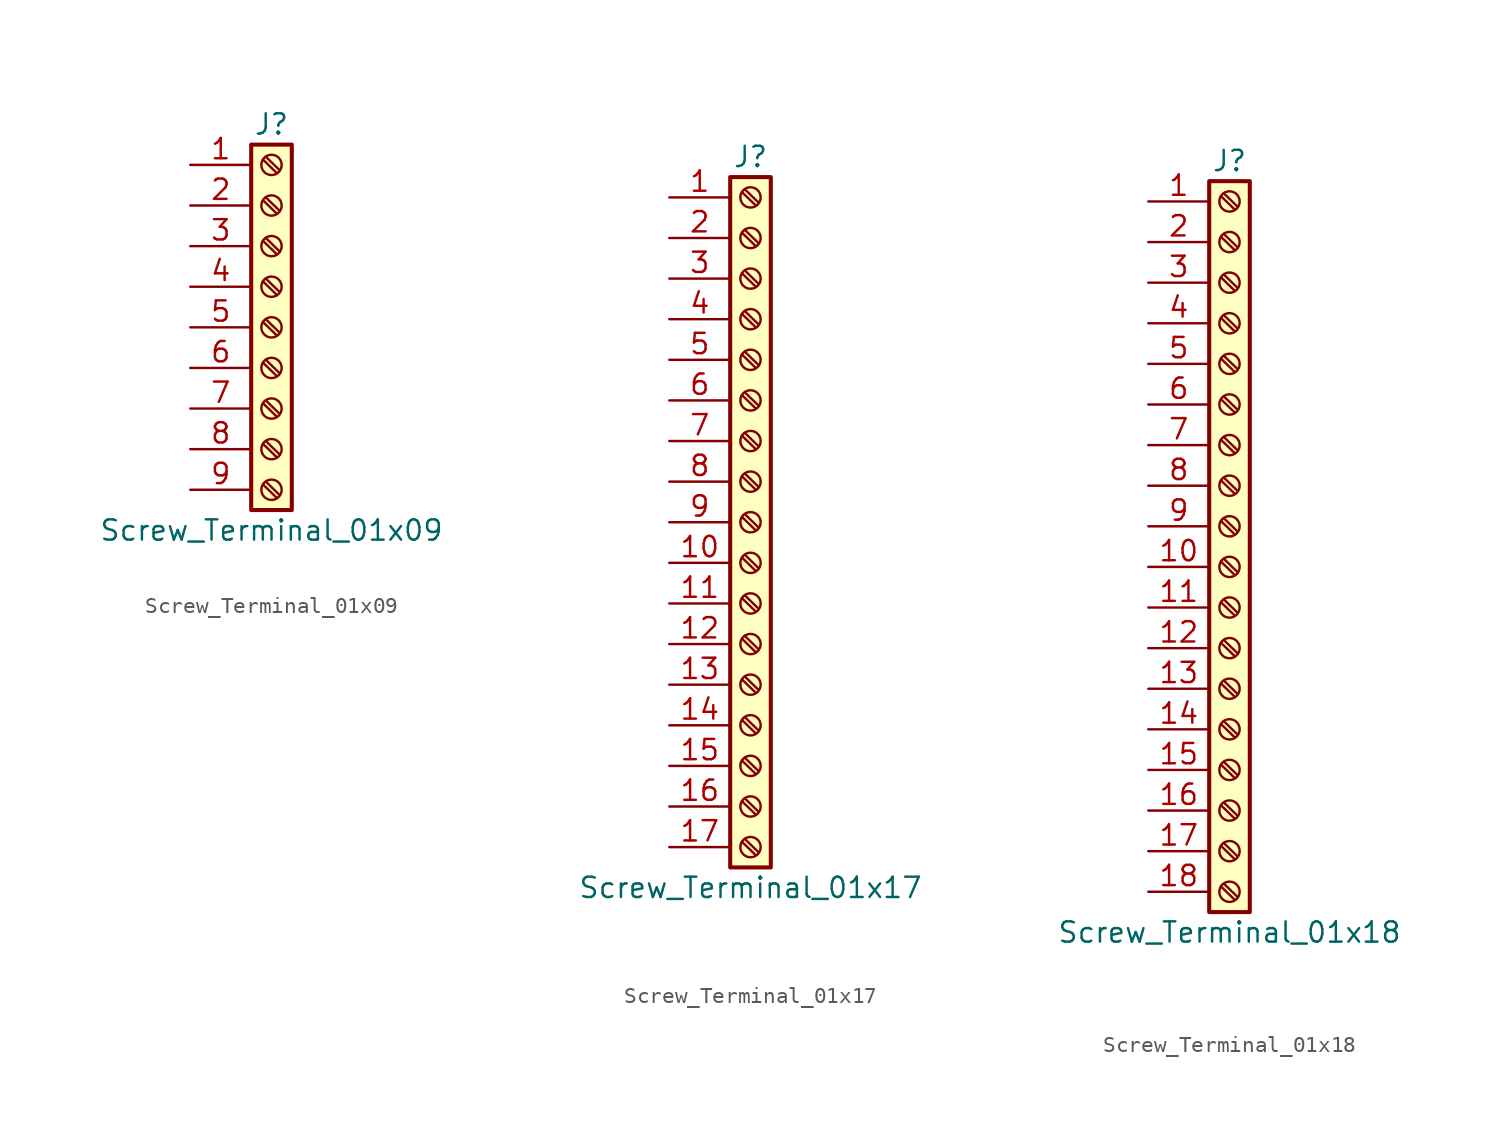
<source format=kicad_sym>
(kicad_symbol_lib
  (version 20211014)
  (generator kicad_symbol_editor)
  (symbol "Screw_Terminal_01x09"
    (pin_names
      (offset 1.016) hide)
    (property "Reference" "J"
      (at 0 12.7 0)
      (effects (font (size 1.27 1.27))))
    (property "Value" "Screw_Terminal_01x09"
      (at 0 -12.7 0)
      (effects (font (size 1.27 1.27))))
    (symbol "Screw_Terminal_01x09_1_1"
      (rectangle (start -1.27 11.43) (end 1.27 -11.43) (stroke (width 0.254) (type default) (color 0 0 0 0)) (fill (type background)))
      (circle (center 0 -10.16) (radius 0.635) (stroke (width 0.152) (type default) (color 0 0 0 0)) (fill (type none)))
      (circle (center 0 -7.62) (radius 0.635) (stroke (width 0.152) (type default) (color 0 0 0 0)) (fill (type none)))
      (circle (center 0 -5.08) (radius 0.635) (stroke (width 0.152) (type default) (color 0 0 0 0)) (fill (type none)))
      (circle (center 0 -2.54) (radius 0.635) (stroke (width 0.152) (type default) (color 0 0 0 0)) (fill (type none)))
      (polyline (pts (xy -0.533 -9.83) (xy 0.33 -10.668)) (stroke (width 0.152) (type default) (color 0 0 0 0)) (fill (type none)))
      (polyline (pts (xy -0.533 -7.29) (xy 0.33 -8.128)) (stroke (width 0.152) (type default) (color 0 0 0 0)) (fill (type none)))
      (polyline (pts (xy -0.533 -4.75) (xy 0.33 -5.588)) (stroke (width 0.152) (type default) (color 0 0 0 0)) (fill (type none)))
      (polyline (pts (xy -0.533 -2.21) (xy 0.33 -3.048)) (stroke (width 0.152) (type default) (color 0 0 0 0)) (fill (type none)))
      (polyline (pts (xy -0.533 0.33) (xy 0.33 -0.508)) (stroke (width 0.152) (type default) (color 0 0 0 0)) (fill (type none)))
      (polyline (pts (xy -0.533 2.87) (xy 0.33 2.032)) (stroke (width 0.152) (type default) (color 0 0 0 0)) (fill (type none)))
      (polyline (pts (xy -0.533 5.41) (xy 0.33 4.572)) (stroke (width 0.152) (type default) (color 0 0 0 0)) (fill (type none)))
      (polyline (pts (xy -0.533 7.95) (xy 0.33 7.112)) (stroke (width 0.152) (type default) (color 0 0 0 0)) (fill (type none)))
      (polyline (pts (xy -0.533 10.49) (xy 0.33 9.652)) (stroke (width 0.152) (type default) (color 0 0 0 0)) (fill (type none)))
      (polyline (pts (xy -0.356 -9.652) (xy 0.508 -10.49)) (stroke (width 0.152) (type default) (color 0 0 0 0)) (fill (type none)))
      (polyline (pts (xy -0.356 -7.112) (xy 0.508 -7.95)) (stroke (width 0.152) (type default) (color 0 0 0 0)) (fill (type none)))
      (polyline (pts (xy -0.356 -4.572) (xy 0.508 -5.41)) (stroke (width 0.152) (type default) (color 0 0 0 0)) (fill (type none)))
      (polyline (pts (xy -0.356 -2.032) (xy 0.508 -2.87)) (stroke (width 0.152) (type default) (color 0 0 0 0)) (fill (type none)))
      (polyline (pts (xy -0.356 0.508) (xy 0.508 -0.33)) (stroke (width 0.152) (type default) (color 0 0 0 0)) (fill (type none)))
      (polyline (pts (xy -0.356 3.048) (xy 0.508 2.21)) (stroke (width 0.152) (type default) (color 0 0 0 0)) (fill (type none)))
      (polyline (pts (xy -0.356 5.588) (xy 0.508 4.75)) (stroke (width 0.152) (type default) (color 0 0 0 0)) (fill (type none)))
      (polyline (pts (xy -0.356 8.128) (xy 0.508 7.29)) (stroke (width 0.152) (type default) (color 0 0 0 0)) (fill (type none)))
      (polyline (pts (xy -0.356 10.668) (xy 0.508 9.83)) (stroke (width 0.152) (type default) (color 0 0 0 0)) (fill (type none)))
      (circle (center 0 0) (radius 0.635) (stroke (width 0.152) (type default) (color 0 0 0 0)) (fill (type none)))
      (circle (center 0 2.54) (radius 0.635) (stroke (width 0.152) (type default) (color 0 0 0 0)) (fill (type none)))
      (circle (center 0 5.08) (radius 0.635) (stroke (width 0.152) (type default) (color 0 0 0 0)) (fill (type none)))
      (circle (center 0 7.62) (radius 0.635) (stroke (width 0.152) (type default) (color 0 0 0 0)) (fill (type none)))
      (circle (center 0 10.16) (radius 0.635) (stroke (width 0.152) (type default) (color 0 0 0 0)) (fill (type none)))
      (pin passive line (at -5.08 10.16 0) (length 3.81) (name "Pin_1" (effects (font (size 1.27 1.27)))) (number "1" (effects (font (size 1.27 1.27)))))
      (pin passive line (at -5.08 7.62 0) (length 3.81) (name "Pin_2" (effects (font (size 1.27 1.27)))) (number "2" (effects (font (size 1.27 1.27)))))
      (pin passive line (at -5.08 5.08 0) (length 3.81) (name "Pin_3" (effects (font (size 1.27 1.27)))) (number "3" (effects (font (size 1.27 1.27)))))
      (pin passive line (at -5.08 2.54 0) (length 3.81) (name "Pin_4" (effects (font (size 1.27 1.27)))) (number "4" (effects (font (size 1.27 1.27)))))
      (pin passive line (at -5.08 0 0) (length 3.81) (name "Pin_5" (effects (font (size 1.27 1.27)))) (number "5" (effects (font (size 1.27 1.27)))))
      (pin passive line (at -5.08 -2.54 0) (length 3.81) (name "Pin_6" (effects (font (size 1.27 1.27)))) (number "6" (effects (font (size 1.27 1.27)))))
      (pin passive line (at -5.08 -5.08 0) (length 3.81) (name "Pin_7" (effects (font (size 1.27 1.27)))) (number "7" (effects (font (size 1.27 1.27)))))
      (pin passive line (at -5.08 -7.62 0) (length 3.81) (name "Pin_8" (effects (font (size 1.27 1.27)))) (number "8" (effects (font (size 1.27 1.27)))))
      (pin passive line (at -5.08 -10.16 0) (length 3.81) (name "Pin_9" (effects (font (size 1.27 1.27)))) (number "9" (effects (font (size 1.27 1.27)))))))
  (symbol "Screw_Terminal_01x17"
    (pin_names
      (offset 1.016) hide)
    (property "Reference" "J"
      (at 0 22.86 0)
      (effects (font (size 1.27 1.27))))
    (property "Value" "Screw_Terminal_01x17"
      (at 0 -22.86 0)
      (effects (font (size 1.27 1.27))))
    (symbol "Screw_Terminal_01x17_1_1"
      (rectangle (start -1.27 21.59) (end 1.27 -21.59) (stroke (width 0.254) (type default) (color 0 0 0 0)) (fill (type background)))
      (circle (center 0 -20.32) (radius 0.635) (stroke (width 0.152) (type default) (color 0 0 0 0)) (fill (type none)))
      (circle (center 0 -17.78) (radius 0.635) (stroke (width 0.152) (type default) (color 0 0 0 0)) (fill (type none)))
      (circle (center 0 -15.24) (radius 0.635) (stroke (width 0.152) (type default) (color 0 0 0 0)) (fill (type none)))
      (circle (center 0 -12.7) (radius 0.635) (stroke (width 0.152) (type default) (color 0 0 0 0)) (fill (type none)))
      (circle (center 0 -10.16) (radius 0.635) (stroke (width 0.152) (type default) (color 0 0 0 0)) (fill (type none)))
      (circle (center 0 -7.62) (radius 0.635) (stroke (width 0.152) (type default) (color 0 0 0 0)) (fill (type none)))
      (circle (center 0 -5.08) (radius 0.635) (stroke (width 0.152) (type default) (color 0 0 0 0)) (fill (type none)))
      (circle (center 0 -2.54) (radius 0.635) (stroke (width 0.152) (type default) (color 0 0 0 0)) (fill (type none)))
      (polyline (pts (xy -0.533 -19.99) (xy 0.33 -20.828)) (stroke (width 0.152) (type default) (color 0 0 0 0)) (fill (type none)))
      (polyline (pts (xy -0.533 -17.45) (xy 0.33 -18.288)) (stroke (width 0.152) (type default) (color 0 0 0 0)) (fill (type none)))
      (polyline (pts (xy -0.533 -14.91) (xy 0.33 -15.748)) (stroke (width 0.152) (type default) (color 0 0 0 0)) (fill (type none)))
      (polyline (pts (xy -0.533 -12.37) (xy 0.33 -13.208)) (stroke (width 0.152) (type default) (color 0 0 0 0)) (fill (type none)))
      (polyline (pts (xy -0.533 -9.83) (xy 0.33 -10.668)) (stroke (width 0.152) (type default) (color 0 0 0 0)) (fill (type none)))
      (polyline (pts (xy -0.533 -7.29) (xy 0.33 -8.128)) (stroke (width 0.152) (type default) (color 0 0 0 0)) (fill (type none)))
      (polyline (pts (xy -0.533 -4.75) (xy 0.33 -5.588)) (stroke (width 0.152) (type default) (color 0 0 0 0)) (fill (type none)))
      (polyline (pts (xy -0.533 -2.21) (xy 0.33 -3.048)) (stroke (width 0.152) (type default) (color 0 0 0 0)) (fill (type none)))
      (polyline (pts (xy -0.533 0.33) (xy 0.33 -0.508)) (stroke (width 0.152) (type default) (color 0 0 0 0)) (fill (type none)))
      (polyline (pts (xy -0.533 2.87) (xy 0.33 2.032)) (stroke (width 0.152) (type default) (color 0 0 0 0)) (fill (type none)))
      (polyline (pts (xy -0.533 5.41) (xy 0.33 4.572)) (stroke (width 0.152) (type default) (color 0 0 0 0)) (fill (type none)))
      (polyline (pts (xy -0.533 7.95) (xy 0.33 7.112)) (stroke (width 0.152) (type default) (color 0 0 0 0)) (fill (type none)))
      (polyline (pts (xy -0.533 10.49) (xy 0.33 9.652)) (stroke (width 0.152) (type default) (color 0 0 0 0)) (fill (type none)))
      (polyline (pts (xy -0.533 13.03) (xy 0.33 12.192)) (stroke (width 0.152) (type default) (color 0 0 0 0)) (fill (type none)))
      (polyline (pts (xy -0.533 15.57) (xy 0.33 14.732)) (stroke (width 0.152) (type default) (color 0 0 0 0)) (fill (type none)))
      (polyline (pts (xy -0.533 18.11) (xy 0.33 17.272)) (stroke (width 0.152) (type default) (color 0 0 0 0)) (fill (type none)))
      (polyline (pts (xy -0.533 20.65) (xy 0.33 19.812)) (stroke (width 0.152) (type default) (color 0 0 0 0)) (fill (type none)))
      (polyline (pts (xy -0.356 -19.812) (xy 0.508 -20.65)) (stroke (width 0.152) (type default) (color 0 0 0 0)) (fill (type none)))
      (polyline (pts (xy -0.356 -17.272) (xy 0.508 -18.11)) (stroke (width 0.152) (type default) (color 0 0 0 0)) (fill (type none)))
      (polyline (pts (xy -0.356 -14.732) (xy 0.508 -15.57)) (stroke (width 0.152) (type default) (color 0 0 0 0)) (fill (type none)))
      (polyline (pts (xy -0.356 -12.192) (xy 0.508 -13.03)) (stroke (width 0.152) (type default) (color 0 0 0 0)) (fill (type none)))
      (polyline (pts (xy -0.356 -9.652) (xy 0.508 -10.49)) (stroke (width 0.152) (type default) (color 0 0 0 0)) (fill (type none)))
      (polyline (pts (xy -0.356 -7.112) (xy 0.508 -7.95)) (stroke (width 0.152) (type default) (color 0 0 0 0)) (fill (type none)))
      (polyline (pts (xy -0.356 -4.572) (xy 0.508 -5.41)) (stroke (width 0.152) (type default) (color 0 0 0 0)) (fill (type none)))
      (polyline (pts (xy -0.356 -2.032) (xy 0.508 -2.87)) (stroke (width 0.152) (type default) (color 0 0 0 0)) (fill (type none)))
      (polyline (pts (xy -0.356 0.508) (xy 0.508 -0.33)) (stroke (width 0.152) (type default) (color 0 0 0 0)) (fill (type none)))
      (polyline (pts (xy -0.356 3.048) (xy 0.508 2.21)) (stroke (width 0.152) (type default) (color 0 0 0 0)) (fill (type none)))
      (polyline (pts (xy -0.356 5.588) (xy 0.508 4.75)) (stroke (width 0.152) (type default) (color 0 0 0 0)) (fill (type none)))
      (polyline (pts (xy -0.356 8.128) (xy 0.508 7.29)) (stroke (width 0.152) (type default) (color 0 0 0 0)) (fill (type none)))
      (polyline (pts (xy -0.356 10.668) (xy 0.508 9.83)) (stroke (width 0.152) (type default) (color 0 0 0 0)) (fill (type none)))
      (polyline (pts (xy -0.356 13.208) (xy 0.508 12.37)) (stroke (width 0.152) (type default) (color 0 0 0 0)) (fill (type none)))
      (polyline (pts (xy -0.356 15.748) (xy 0.508 14.91)) (stroke (width 0.152) (type default) (color 0 0 0 0)) (fill (type none)))
      (polyline (pts (xy -0.356 18.288) (xy 0.508 17.45)) (stroke (width 0.152) (type default) (color 0 0 0 0)) (fill (type none)))
      (polyline (pts (xy -0.356 20.828) (xy 0.508 19.99)) (stroke (width 0.152) (type default) (color 0 0 0 0)) (fill (type none)))
      (circle (center 0 0) (radius 0.635) (stroke (width 0.152) (type default) (color 0 0 0 0)) (fill (type none)))
      (circle (center 0 2.54) (radius 0.635) (stroke (width 0.152) (type default) (color 0 0 0 0)) (fill (type none)))
      (circle (center 0 5.08) (radius 0.635) (stroke (width 0.152) (type default) (color 0 0 0 0)) (fill (type none)))
      (circle (center 0 7.62) (radius 0.635) (stroke (width 0.152) (type default) (color 0 0 0 0)) (fill (type none)))
      (circle (center 0 10.16) (radius 0.635) (stroke (width 0.152) (type default) (color 0 0 0 0)) (fill (type none)))
      (circle (center 0 12.7) (radius 0.635) (stroke (width 0.152) (type default) (color 0 0 0 0)) (fill (type none)))
      (circle (center 0 15.24) (radius 0.635) (stroke (width 0.152) (type default) (color 0 0 0 0)) (fill (type none)))
      (circle (center 0 17.78) (radius 0.635) (stroke (width 0.152) (type default) (color 0 0 0 0)) (fill (type none)))
      (circle (center 0 20.32) (radius 0.635) (stroke (width 0.152) (type default) (color 0 0 0 0)) (fill (type none)))
      (pin passive line (at -5.08 20.32 0) (length 3.81) (name "Pin_1" (effects (font (size 1.27 1.27)))) (number "1" (effects (font (size 1.27 1.27)))))
      (pin passive line (at -5.08 -2.54 0) (length 3.81) (name "Pin_10" (effects (font (size 1.27 1.27)))) (number "10" (effects (font (size 1.27 1.27)))))
      (pin passive line (at -5.08 -5.08 0) (length 3.81) (name "Pin_11" (effects (font (size 1.27 1.27)))) (number "11" (effects (font (size 1.27 1.27)))))
      (pin passive line (at -5.08 -7.62 0) (length 3.81) (name "Pin_12" (effects (font (size 1.27 1.27)))) (number "12" (effects (font (size 1.27 1.27)))))
      (pin passive line (at -5.08 -10.16 0) (length 3.81) (name "Pin_13" (effects (font (size 1.27 1.27)))) (number "13" (effects (font (size 1.27 1.27)))))
      (pin passive line (at -5.08 -12.7 0) (length 3.81) (name "Pin_14" (effects (font (size 1.27 1.27)))) (number "14" (effects (font (size 1.27 1.27)))))
      (pin passive line (at -5.08 -15.24 0) (length 3.81) (name "Pin_15" (effects (font (size 1.27 1.27)))) (number "15" (effects (font (size 1.27 1.27)))))
      (pin passive line (at -5.08 -17.78 0) (length 3.81) (name "Pin_16" (effects (font (size 1.27 1.27)))) (number "16" (effects (font (size 1.27 1.27)))))
      (pin passive line (at -5.08 -20.32 0) (length 3.81) (name "Pin_17" (effects (font (size 1.27 1.27)))) (number "17" (effects (font (size 1.27 1.27)))))
      (pin passive line (at -5.08 17.78 0) (length 3.81) (name "Pin_2" (effects (font (size 1.27 1.27)))) (number "2" (effects (font (size 1.27 1.27)))))
      (pin passive line (at -5.08 15.24 0) (length 3.81) (name "Pin_3" (effects (font (size 1.27 1.27)))) (number "3" (effects (font (size 1.27 1.27)))))
      (pin passive line (at -5.08 12.7 0) (length 3.81) (name "Pin_4" (effects (font (size 1.27 1.27)))) (number "4" (effects (font (size 1.27 1.27)))))
      (pin passive line (at -5.08 10.16 0) (length 3.81) (name "Pin_5" (effects (font (size 1.27 1.27)))) (number "5" (effects (font (size 1.27 1.27)))))
      (pin passive line (at -5.08 7.62 0) (length 3.81) (name "Pin_6" (effects (font (size 1.27 1.27)))) (number "6" (effects (font (size 1.27 1.27)))))
      (pin passive line (at -5.08 5.08 0) (length 3.81) (name "Pin_7" (effects (font (size 1.27 1.27)))) (number "7" (effects (font (size 1.27 1.27)))))
      (pin passive line (at -5.08 2.54 0) (length 3.81) (name "Pin_8" (effects (font (size 1.27 1.27)))) (number "8" (effects (font (size 1.27 1.27)))))
      (pin passive line (at -5.08 0 0) (length 3.81) (name "Pin_9" (effects (font (size 1.27 1.27)))) (number "9" (effects (font (size 1.27 1.27)))))))
  (symbol "Screw_Terminal_01x18"
    (pin_names
      (offset 1.016) hide)
    (property "Reference" "J"
      (at 0 22.86 0)
      (effects (font (size 1.27 1.27))))
    (property "Value" "Screw_Terminal_01x18"
      (at 0 -25.4 0)
      (effects (font (size 1.27 1.27))))
    (symbol "Screw_Terminal_01x18_1_1"
      (rectangle (start -1.27 21.59) (end 1.27 -24.13) (stroke (width 0.254) (type default) (color 0 0 0 0)) (fill (type background)))
      (circle (center 0 -22.86) (radius 0.635) (stroke (width 0.152) (type default) (color 0 0 0 0)) (fill (type none)))
      (circle (center 0 -20.32) (radius 0.635) (stroke (width 0.152) (type default) (color 0 0 0 0)) (fill (type none)))
      (circle (center 0 -17.78) (radius 0.635) (stroke (width 0.152) (type default) (color 0 0 0 0)) (fill (type none)))
      (circle (center 0 -15.24) (radius 0.635) (stroke (width 0.152) (type default) (color 0 0 0 0)) (fill (type none)))
      (circle (center 0 -12.7) (radius 0.635) (stroke (width 0.152) (type default) (color 0 0 0 0)) (fill (type none)))
      (circle (center 0 -10.16) (radius 0.635) (stroke (width 0.152) (type default) (color 0 0 0 0)) (fill (type none)))
      (circle (center 0 -7.62) (radius 0.635) (stroke (width 0.152) (type default) (color 0 0 0 0)) (fill (type none)))
      (circle (center 0 -5.08) (radius 0.635) (stroke (width 0.152) (type default) (color 0 0 0 0)) (fill (type none)))
      (circle (center 0 -2.54) (radius 0.635) (stroke (width 0.152) (type default) (color 0 0 0 0)) (fill (type none)))
      (polyline (pts (xy -0.533 -22.53) (xy 0.33 -23.368)) (stroke (width 0.152) (type default) (color 0 0 0 0)) (fill (type none)))
      (polyline (pts (xy -0.533 -19.99) (xy 0.33 -20.828)) (stroke (width 0.152) (type default) (color 0 0 0 0)) (fill (type none)))
      (polyline (pts (xy -0.533 -17.45) (xy 0.33 -18.288)) (stroke (width 0.152) (type default) (color 0 0 0 0)) (fill (type none)))
      (polyline (pts (xy -0.533 -14.91) (xy 0.33 -15.748)) (stroke (width 0.152) (type default) (color 0 0 0 0)) (fill (type none)))
      (polyline (pts (xy -0.533 -12.37) (xy 0.33 -13.208)) (stroke (width 0.152) (type default) (color 0 0 0 0)) (fill (type none)))
      (polyline (pts (xy -0.533 -9.83) (xy 0.33 -10.668)) (stroke (width 0.152) (type default) (color 0 0 0 0)) (fill (type none)))
      (polyline (pts (xy -0.533 -7.29) (xy 0.33 -8.128)) (stroke (width 0.152) (type default) (color 0 0 0 0)) (fill (type none)))
      (polyline (pts (xy -0.533 -4.75) (xy 0.33 -5.588)) (stroke (width 0.152) (type default) (color 0 0 0 0)) (fill (type none)))
      (polyline (pts (xy -0.533 -2.21) (xy 0.33 -3.048)) (stroke (width 0.152) (type default) (color 0 0 0 0)) (fill (type none)))
      (polyline (pts (xy -0.533 0.33) (xy 0.33 -0.508)) (stroke (width 0.152) (type default) (color 0 0 0 0)) (fill (type none)))
      (polyline (pts (xy -0.533 2.87) (xy 0.33 2.032)) (stroke (width 0.152) (type default) (color 0 0 0 0)) (fill (type none)))
      (polyline (pts (xy -0.533 5.41) (xy 0.33 4.572)) (stroke (width 0.152) (type default) (color 0 0 0 0)) (fill (type none)))
      (polyline (pts (xy -0.533 7.95) (xy 0.33 7.112)) (stroke (width 0.152) (type default) (color 0 0 0 0)) (fill (type none)))
      (polyline (pts (xy -0.533 10.49) (xy 0.33 9.652)) (stroke (width 0.152) (type default) (color 0 0 0 0)) (fill (type none)))
      (polyline (pts (xy -0.533 13.03) (xy 0.33 12.192)) (stroke (width 0.152) (type default) (color 0 0 0 0)) (fill (type none)))
      (polyline (pts (xy -0.533 15.57) (xy 0.33 14.732)) (stroke (width 0.152) (type default) (color 0 0 0 0)) (fill (type none)))
      (polyline (pts (xy -0.533 18.11) (xy 0.33 17.272)) (stroke (width 0.152) (type default) (color 0 0 0 0)) (fill (type none)))
      (polyline (pts (xy -0.533 20.65) (xy 0.33 19.812)) (stroke (width 0.152) (type default) (color 0 0 0 0)) (fill (type none)))
      (polyline (pts (xy -0.356 -22.352) (xy 0.508 -23.19)) (stroke (width 0.152) (type default) (color 0 0 0 0)) (fill (type none)))
      (polyline (pts (xy -0.356 -19.812) (xy 0.508 -20.65)) (stroke (width 0.152) (type default) (color 0 0 0 0)) (fill (type none)))
      (polyline (pts (xy -0.356 -17.272) (xy 0.508 -18.11)) (stroke (width 0.152) (type default) (color 0 0 0 0)) (fill (type none)))
      (polyline (pts (xy -0.356 -14.732) (xy 0.508 -15.57)) (stroke (width 0.152) (type default) (color 0 0 0 0)) (fill (type none)))
      (polyline (pts (xy -0.356 -12.192) (xy 0.508 -13.03)) (stroke (width 0.152) (type default) (color 0 0 0 0)) (fill (type none)))
      (polyline (pts (xy -0.356 -9.652) (xy 0.508 -10.49)) (stroke (width 0.152) (type default) (color 0 0 0 0)) (fill (type none)))
      (polyline (pts (xy -0.356 -7.112) (xy 0.508 -7.95)) (stroke (width 0.152) (type default) (color 0 0 0 0)) (fill (type none)))
      (polyline (pts (xy -0.356 -4.572) (xy 0.508 -5.41)) (stroke (width 0.152) (type default) (color 0 0 0 0)) (fill (type none)))
      (polyline (pts (xy -0.356 -2.032) (xy 0.508 -2.87)) (stroke (width 0.152) (type default) (color 0 0 0 0)) (fill (type none)))
      (polyline (pts (xy -0.356 0.508) (xy 0.508 -0.33)) (stroke (width 0.152) (type default) (color 0 0 0 0)) (fill (type none)))
      (polyline (pts (xy -0.356 3.048) (xy 0.508 2.21)) (stroke (width 0.152) (type default) (color 0 0 0 0)) (fill (type none)))
      (polyline (pts (xy -0.356 5.588) (xy 0.508 4.75)) (stroke (width 0.152) (type default) (color 0 0 0 0)) (fill (type none)))
      (polyline (pts (xy -0.356 8.128) (xy 0.508 7.29)) (stroke (width 0.152) (type default) (color 0 0 0 0)) (fill (type none)))
      (polyline (pts (xy -0.356 10.668) (xy 0.508 9.83)) (stroke (width 0.152) (type default) (color 0 0 0 0)) (fill (type none)))
      (polyline (pts (xy -0.356 13.208) (xy 0.508 12.37)) (stroke (width 0.152) (type default) (color 0 0 0 0)) (fill (type none)))
      (polyline (pts (xy -0.356 15.748) (xy 0.508 14.91)) (stroke (width 0.152) (type default) (color 0 0 0 0)) (fill (type none)))
      (polyline (pts (xy -0.356 18.288) (xy 0.508 17.45)) (stroke (width 0.152) (type default) (color 0 0 0 0)) (fill (type none)))
      (polyline (pts (xy -0.356 20.828) (xy 0.508 19.99)) (stroke (width 0.152) (type default) (color 0 0 0 0)) (fill (type none)))
      (circle (center 0 0) (radius 0.635) (stroke (width 0.152) (type default) (color 0 0 0 0)) (fill (type none)))
      (circle (center 0 2.54) (radius 0.635) (stroke (width 0.152) (type default) (color 0 0 0 0)) (fill (type none)))
      (circle (center 0 5.08) (radius 0.635) (stroke (width 0.152) (type default) (color 0 0 0 0)) (fill (type none)))
      (circle (center 0 7.62) (radius 0.635) (stroke (width 0.152) (type default) (color 0 0 0 0)) (fill (type none)))
      (circle (center 0 10.16) (radius 0.635) (stroke (width 0.152) (type default) (color 0 0 0 0)) (fill (type none)))
      (circle (center 0 12.7) (radius 0.635) (stroke (width 0.152) (type default) (color 0 0 0 0)) (fill (type none)))
      (circle (center 0 15.24) (radius 0.635) (stroke (width 0.152) (type default) (color 0 0 0 0)) (fill (type none)))
      (circle (center 0 17.78) (radius 0.635) (stroke (width 0.152) (type default) (color 0 0 0 0)) (fill (type none)))
      (circle (center 0 20.32) (radius 0.635) (stroke (width 0.152) (type default) (color 0 0 0 0)) (fill (type none)))
      (pin passive line (at -5.08 20.32 0) (length 3.81) (name "Pin_1" (effects (font (size 1.27 1.27)))) (number "1" (effects (font (size 1.27 1.27)))))
      (pin passive line (at -5.08 -2.54 0) (length 3.81) (name "Pin_10" (effects (font (size 1.27 1.27)))) (number "10" (effects (font (size 1.27 1.27)))))
      (pin passive line (at -5.08 -5.08 0) (length 3.81) (name "Pin_11" (effects (font (size 1.27 1.27)))) (number "11" (effects (font (size 1.27 1.27)))))
      (pin passive line (at -5.08 -7.62 0) (length 3.81) (name "Pin_12" (effects (font (size 1.27 1.27)))) (number "12" (effects (font (size 1.27 1.27)))))
      (pin passive line (at -5.08 -10.16 0) (length 3.81) (name "Pin_13" (effects (font (size 1.27 1.27)))) (number "13" (effects (font (size 1.27 1.27)))))
      (pin passive line (at -5.08 -12.7 0) (length 3.81) (name "Pin_14" (effects (font (size 1.27 1.27)))) (number "14" (effects (font (size 1.27 1.27)))))
      (pin passive line (at -5.08 -15.24 0) (length 3.81) (name "Pin_15" (effects (font (size 1.27 1.27)))) (number "15" (effects (font (size 1.27 1.27)))))
      (pin passive line (at -5.08 -17.78 0) (length 3.81) (name "Pin_16" (effects (font (size 1.27 1.27)))) (number "16" (effects (font (size 1.27 1.27)))))
      (pin passive line (at -5.08 -20.32 0) (length 3.81) (name "Pin_17" (effects (font (size 1.27 1.27)))) (number "17" (effects (font (size 1.27 1.27)))))
      (pin passive line (at -5.08 -22.86 0) (length 3.81) (name "Pin_18" (effects (font (size 1.27 1.27)))) (number "18" (effects (font (size 1.27 1.27)))))
      (pin passive line (at -5.08 17.78 0) (length 3.81) (name "Pin_2" (effects (font (size 1.27 1.27)))) (number "2" (effects (font (size 1.27 1.27)))))
      (pin passive line (at -5.08 15.24 0) (length 3.81) (name "Pin_3" (effects (font (size 1.27 1.27)))) (number "3" (effects (font (size 1.27 1.27)))))
      (pin passive line (at -5.08 12.7 0) (length 3.81) (name "Pin_4" (effects (font (size 1.27 1.27)))) (number "4" (effects (font (size 1.27 1.27)))))
      (pin passive line (at -5.08 10.16 0) (length 3.81) (name "Pin_5" (effects (font (size 1.27 1.27)))) (number "5" (effects (font (size 1.27 1.27)))))
      (pin passive line (at -5.08 7.62 0) (length 3.81) (name "Pin_6" (effects (font (size 1.27 1.27)))) (number "6" (effects (font (size 1.27 1.27)))))
      (pin passive line (at -5.08 5.08 0) (length 3.81) (name "Pin_7" (effects (font (size 1.27 1.27)))) (number "7" (effects (font (size 1.27 1.27)))))
      (pin passive line (at -5.08 2.54 0) (length 3.81) (name "Pin_8" (effects (font (size 1.27 1.27)))) (number "8" (effects (font (size 1.27 1.27)))))
      (pin passive line (at -5.08 0 0) (length 3.81) (name "Pin_9" (effects (font (size 1.27 1.27)))) (number "9" (effects (font (size 1.27 1.27))))))))
</source>
